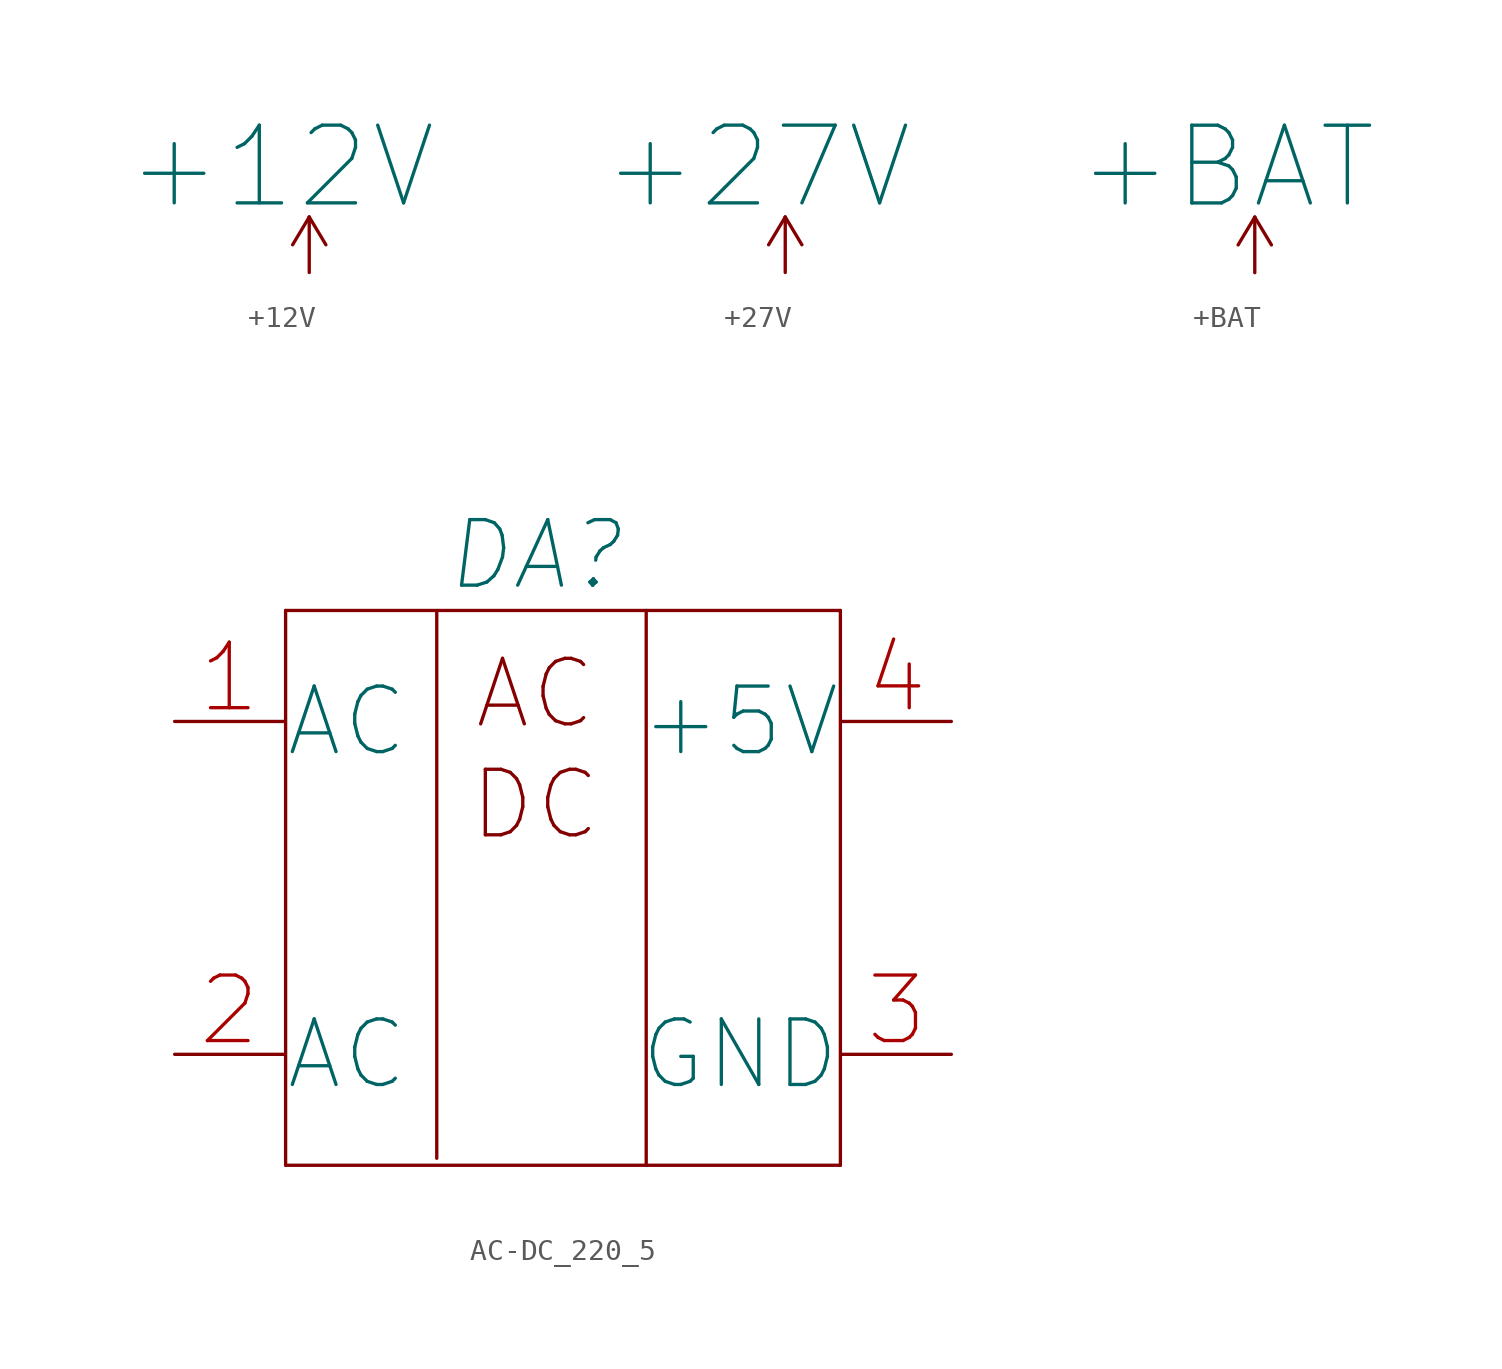
<source format=kicad_sym>
(kicad_symbol_lib
  (version 20201005)
  (generator kicad_symbol_editor)
  (symbol "power_modules:+12V"
    (power)
    (pin_names
      (offset 0))
    (property "Reference" "#PWR"
      (at 0 -3.81 0)
      (effects (font (size 1.27 1.27)) hide))
    (property "Value" "+12V"
      (at -1.27 4.826 0)
      (effects (font (size 3.556 3.556))))
    (symbol "+12V_0_1"
      (polyline (pts (xy -0.762 1.27) (xy 0 2.54)) (stroke (width 0)) (fill (type none)))
      (polyline (pts (xy 0 0) (xy 0 2.54)) (stroke (width 0)) (fill (type none)))
      (polyline (pts (xy 0 2.54) (xy 0.762 1.27)) (stroke (width 0)) (fill (type none))))
    (symbol "+12V_1_1"
      (pin power_in line (at 0 0 90) (length 0) hide (name "+5V" (effects (font (size 1.27 1.27)))) (number "1" (effects (font (size 1.27 1.27)))))))
  (symbol "power_modules:+27V"
    (power)
    (pin_names
      (offset 0))
    (property "Reference" "#PWR"
      (at 0 -3.81 0)
      (effects (font (size 1.27 1.27)) hide))
    (property "Value" "+27V"
      (at -1.27 4.826 0)
      (effects (font (size 3.556 3.556))))
    (symbol "+27V_0_1"
      (polyline (pts (xy -0.762 1.27) (xy 0 2.54)) (stroke (width 0)) (fill (type none)))
      (polyline (pts (xy 0 0) (xy 0 2.54)) (stroke (width 0)) (fill (type none)))
      (polyline (pts (xy 0 2.54) (xy 0.762 1.27)) (stroke (width 0)) (fill (type none))))
    (symbol "+27V_1_1"
      (pin power_in line (at 0 0 90) (length 0) hide (name "+5V" (effects (font (size 1.27 1.27)))) (number "1" (effects (font (size 1.27 1.27)))))))
  (symbol "power_modules:+BAT"
    (power)
    (pin_names
      (offset 0))
    (property "Reference" "#PWR"
      (at 0 -3.81 0)
      (effects (font (size 1.27 1.27)) hide))
    (property "Value" "+BAT"
      (at -1.27 4.826 0)
      (effects (font (size 3.556 3.556))))
    (symbol "+BAT_0_1"
      (polyline (pts (xy -0.762 1.27) (xy 0 2.54)) (stroke (width 0)) (fill (type none)))
      (polyline (pts (xy 0 0) (xy 0 2.54)) (stroke (width 0)) (fill (type none)))
      (polyline (pts (xy 0 2.54) (xy 0.762 1.27)) (stroke (width 0)) (fill (type none))))
    (symbol "+BAT_1_1"
      (pin power_in line (at 0 0 90) (length 0) hide (name "+5V" (effects (font (size 1.27 1.27)))) (number "1" (effects (font (size 1.27 1.27)))))))
  (symbol "power_modules:AC-DC_220_5"
    (pin_names
      (offset 0.002))
    (property "Reference" "DA"
      (at 16.51 7.62 0)
      (effects (font (size 3 3) italic)))
    (symbol "AC-DC_220_5_0_0"
      (text "AC" (at 16.51 1.27 0) (effects (font (size 3 3))))
      (text "DC" (at 16.51 -3.81 0) (effects (font (size 3 3))))
      (polyline (pts (xy 5.08 5.08) (xy 30.48 5.08)) (stroke (width 0)) (fill (type none)))
      (polyline (pts (xy 5.08 -20.32) (xy 30.48 -20.32)) (stroke (width 0)) (fill (type none))))
    (symbol "AC-DC_220_5_0_1"
      (polyline (pts (xy 5.08 -20.32) (xy 5.08 5.08)) (stroke (width 0)) (fill (type none)))
      (polyline (pts (xy 12 5) (xy 12 -20)) (stroke (width 0)) (fill (type none)))
      (polyline (pts (xy 21.59 -20.32) (xy 21.59 5.08)) (stroke (width 0)) (fill (type none)))
      (polyline (pts (xy 30.48 5.08) (xy 30.48 -20.32)) (stroke (width 0)) (fill (type none))))
    (symbol "AC-DC_220_5_1_1"
      (pin power_in line (at 0 -15.24 0) (length 5) (name "AC" (effects (font (size 3 3)))) (number "2" (effects (font (size 3 3)))))
      (pin power_out line (at 35.56 0 180) (length 5) (name "+5V" (effects (font (size 3 3)))) (number "4" (effects (font (size 3 3)))))
      (pin power_out line (at 35.56 -15.24 180) (length 5) (name "GND" (effects (font (size 3 3)))) (number "3" (effects (font (size 3 3)))))
      (pin power_in line (at 0 0 0) (length 5) (name "AC" (effects (font (size 3 3)))) (number "1" (effects (font (size 3 3))))))))
</source>
